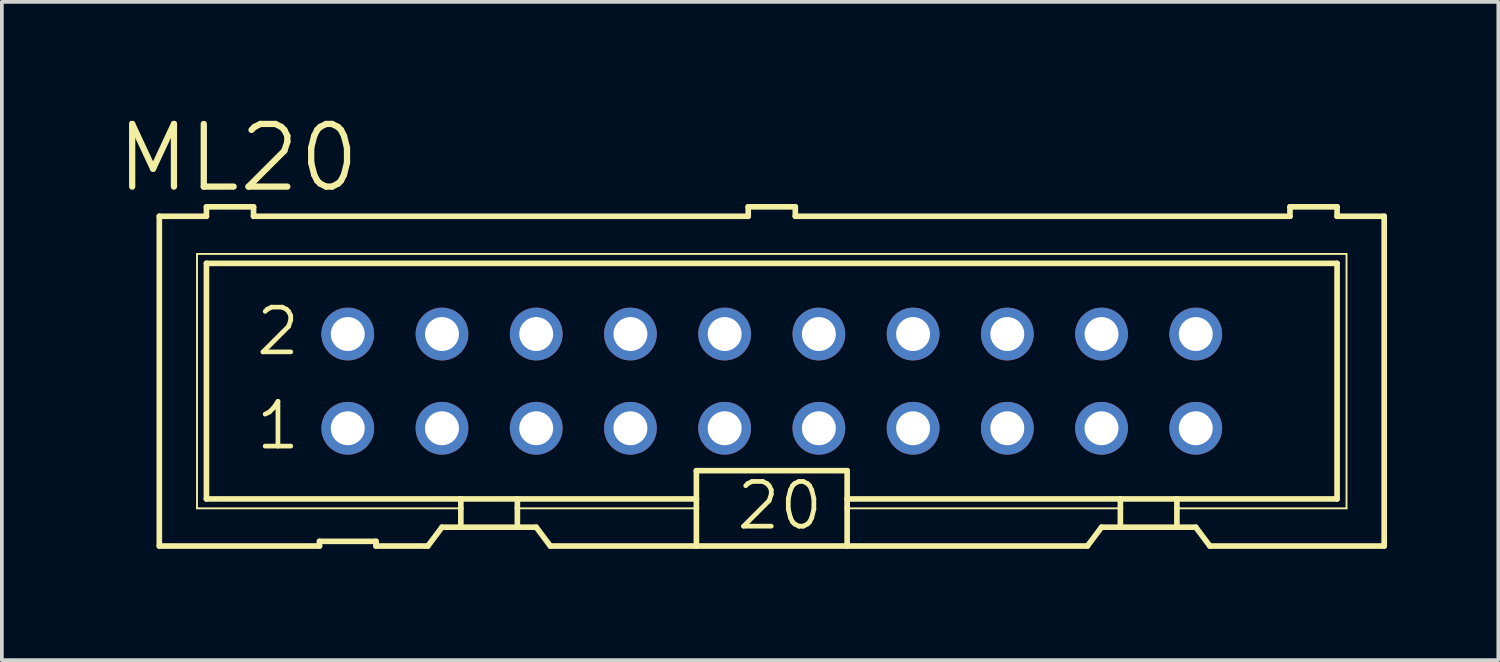
<source format=kicad_pcb>
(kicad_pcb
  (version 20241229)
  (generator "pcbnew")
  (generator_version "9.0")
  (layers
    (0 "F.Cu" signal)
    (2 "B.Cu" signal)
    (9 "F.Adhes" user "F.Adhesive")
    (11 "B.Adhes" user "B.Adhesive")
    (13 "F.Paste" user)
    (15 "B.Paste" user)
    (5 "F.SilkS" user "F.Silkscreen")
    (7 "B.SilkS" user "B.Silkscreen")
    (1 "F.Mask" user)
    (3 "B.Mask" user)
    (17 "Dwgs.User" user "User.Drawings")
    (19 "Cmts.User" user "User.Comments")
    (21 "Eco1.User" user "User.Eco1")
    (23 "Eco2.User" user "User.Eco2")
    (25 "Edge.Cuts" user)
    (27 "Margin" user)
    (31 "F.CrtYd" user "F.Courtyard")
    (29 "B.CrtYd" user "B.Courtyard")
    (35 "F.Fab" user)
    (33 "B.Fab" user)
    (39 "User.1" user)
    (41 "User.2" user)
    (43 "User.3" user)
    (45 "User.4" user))
  (footprint "ML20"
    (layer "F.Cu")
    (at 17.755 7.225)
    (property "Reference" "ML20" (at -17.755 -5.029 180) (layer "F.SilkS") (effects (font (size 1.689 1.689) (thickness 0.169)) (justify left bottom)))
    (attr through_hole)
    (fp_line (start -16.51 -4.445) (end -16.51 4.445) (stroke (width 0.152) (type solid)) (layer "F.SilkS"))
    (fp_line (start -16.51 -4.445) (end -15.24 -4.445) (stroke (width 0.152) (type solid)) (layer "F.SilkS"))
    (fp_line (start -16.51 4.445) (end -12.192 4.445) (stroke (width 0.152) (type solid)) (layer "F.SilkS"))
    (fp_line (start -15.494 -3.429) (end -15.494 3.429) (stroke (width 0.051) (type solid)) (layer "F.SilkS"))
    (fp_line (start -15.494 3.429) (end -8.382 3.429) (stroke (width 0.051) (type solid)) (layer "F.SilkS"))
    (fp_line (start -15.24 -4.699) (end -15.24 -4.445) (stroke (width 0.152) (type solid)) (layer "F.SilkS"))
    (fp_line (start -15.24 -3.175) (end -15.24 3.175) (stroke (width 0.152) (type solid)) (layer "F.SilkS"))
    (fp_line (start -15.24 -3.175) (end 15.24 -3.175) (stroke (width 0.152) (type solid)) (layer "F.SilkS"))
    (fp_line (start -13.97 -4.699) (end -15.24 -4.699) (stroke (width 0.152) (type solid)) (layer "F.SilkS"))
    (fp_line (start -13.97 -4.699) (end -13.97 -4.445) (stroke (width 0.152) (type solid)) (layer "F.SilkS"))
    (fp_line (start -13.97 -4.445) (end -0.635 -4.445) (stroke (width 0.152) (type solid)) (layer "F.SilkS"))
    (fp_line (start -12.192 4.318) (end -12.192 4.445) (stroke (width 0.152) (type solid)) (layer "F.SilkS"))
    (fp_line (start -12.192 4.318) (end -10.668 4.318) (stroke (width 0.152) (type solid)) (layer "F.SilkS"))
    (fp_line (start -10.668 4.445) (end -10.668 4.318) (stroke (width 0.152) (type solid)) (layer "F.SilkS"))
    (fp_line (start -10.668 4.445) (end -9.271 4.445) (stroke (width 0.152) (type solid)) (layer "F.SilkS"))
    (fp_line (start -9.271 4.445) (end -8.89 3.937) (stroke (width 0.152) (type solid)) (layer "F.SilkS"))
    (fp_line (start -8.382 3.175) (end -15.24 3.175) (stroke (width 0.152) (type solid)) (layer "F.SilkS"))
    (fp_line (start -8.382 3.175) (end -8.382 3.429) (stroke (width 0.152) (type solid)) (layer "F.SilkS"))
    (fp_line (start -8.382 3.429) (end -8.382 3.937) (stroke (width 0.152) (type solid)) (layer "F.SilkS"))
    (fp_line (start -8.382 3.937) (end -8.89 3.937) (stroke (width 0.152) (type solid)) (layer "F.SilkS"))
    (fp_line (start -6.858 3.175) (end -8.382 3.175) (stroke (width 0.152) (type solid)) (layer "F.SilkS"))
    (fp_line (start -6.858 3.175) (end -6.858 3.429) (stroke (width 0.152) (type solid)) (layer "F.SilkS"))
    (fp_line (start -6.858 3.429) (end -6.858 3.937) (stroke (width 0.152) (type solid)) (layer "F.SilkS"))
    (fp_line (start -6.858 3.429) (end -2.032 3.429) (stroke (width 0.051) (type solid)) (layer "F.SilkS"))
    (fp_line (start -6.858 3.937) (end -8.382 3.937) (stroke (width 0.152) (type solid)) (layer "F.SilkS"))
    (fp_line (start -6.35 3.937) (end -6.858 3.937) (stroke (width 0.152) (type solid)) (layer "F.SilkS"))
    (fp_line (start -6.35 3.937) (end -5.969 4.445) (stroke (width 0.152) (type solid)) (layer "F.SilkS"))
    (fp_line (start -5.969 4.445) (end -2.032 4.445) (stroke (width 0.152) (type solid)) (layer "F.SilkS"))
    (fp_line (start -2.032 3.175) (end -6.858 3.175) (stroke (width 0.152) (type solid)) (layer "F.SilkS"))
    (fp_line (start -2.032 3.175) (end -2.032 2.413) (stroke (width 0.152) (type solid)) (layer "F.SilkS"))
    (fp_line (start -2.032 3.175) (end -2.032 3.429) (stroke (width 0.152) (type solid)) (layer "F.SilkS"))
    (fp_line (start -2.032 3.429) (end -2.032 4.445) (stroke (width 0.152) (type solid)) (layer "F.SilkS"))
    (fp_line (start -0.635 -4.699) (end -0.635 -4.445) (stroke (width 0.152) (type solid)) (layer "F.SilkS"))
    (fp_line (start 0.635 -4.699) (end -0.635 -4.699) (stroke (width 0.152) (type solid)) (layer "F.SilkS"))
    (fp_line (start 0.635 -4.699) (end 0.635 -4.445) (stroke (width 0.152) (type solid)) (layer "F.SilkS"))
    (fp_line (start 0.635 -4.445) (end 13.97 -4.445) (stroke (width 0.152) (type solid)) (layer "F.SilkS"))
    (fp_line (start 2.032 2.413) (end -2.032 2.413) (stroke (width 0.152) (type solid)) (layer "F.SilkS"))
    (fp_line (start 2.032 2.413) (end 2.032 3.175) (stroke (width 0.152) (type solid)) (layer "F.SilkS"))
    (fp_line (start 2.032 3.175) (end 2.032 3.429) (stroke (width 0.152) (type solid)) (layer "F.SilkS"))
    (fp_line (start 2.032 3.429) (end 2.032 4.445) (stroke (width 0.152) (type solid)) (layer "F.SilkS"))
    (fp_line (start 2.032 4.445) (end -2.032 4.445) (stroke (width 0.152) (type solid)) (layer "F.SilkS"))
    (fp_line (start 8.509 4.445) (end 2.032 4.445) (stroke (width 0.152) (type solid)) (layer "F.SilkS"))
    (fp_line (start 8.509 4.445) (end 8.89 3.937) (stroke (width 0.152) (type solid)) (layer "F.SilkS"))
    (fp_line (start 9.398 3.175) (end 2.032 3.175) (stroke (width 0.152) (type solid)) (layer "F.SilkS"))
    (fp_line (start 9.398 3.175) (end 9.398 3.429) (stroke (width 0.152) (type solid)) (layer "F.SilkS"))
    (fp_line (start 9.398 3.429) (end 2.032 3.429) (stroke (width 0.051) (type solid)) (layer "F.SilkS"))
    (fp_line (start 9.398 3.429) (end 9.398 3.937) (stroke (width 0.152) (type solid)) (layer "F.SilkS"))
    (fp_line (start 9.398 3.937) (end 8.89 3.937) (stroke (width 0.152) (type solid)) (layer "F.SilkS"))
    (fp_line (start 10.922 3.175) (end 9.398 3.175) (stroke (width 0.152) (type solid)) (layer "F.SilkS"))
    (fp_line (start 10.922 3.175) (end 10.922 3.429) (stroke (width 0.152) (type solid)) (layer "F.SilkS"))
    (fp_line (start 10.922 3.429) (end 10.922 3.937) (stroke (width 0.152) (type solid)) (layer "F.SilkS"))
    (fp_line (start 10.922 3.429) (end 15.494 3.429) (stroke (width 0.051) (type solid)) (layer "F.SilkS"))
    (fp_line (start 10.922 3.937) (end 9.398 3.937) (stroke (width 0.152) (type solid)) (layer "F.SilkS"))
    (fp_line (start 11.43 3.937) (end 10.922 3.937) (stroke (width 0.152) (type solid)) (layer "F.SilkS"))
    (fp_line (start 11.43 3.937) (end 11.811 4.445) (stroke (width 0.152) (type solid)) (layer "F.SilkS"))
    (fp_line (start 13.97 -4.445) (end 13.97 -4.699) (stroke (width 0.152) (type solid)) (layer "F.SilkS"))
    (fp_line (start 15.24 -4.699) (end 13.97 -4.699) (stroke (width 0.152) (type solid)) (layer "F.SilkS"))
    (fp_line (start 15.24 -4.445) (end 15.24 -4.699) (stroke (width 0.152) (type solid)) (layer "F.SilkS"))
    (fp_line (start 15.24 -4.445) (end 16.51 -4.445) (stroke (width 0.152) (type solid)) (layer "F.SilkS"))
    (fp_line (start 15.24 3.175) (end 10.922 3.175) (stroke (width 0.152) (type solid)) (layer "F.SilkS"))
    (fp_line (start 15.24 3.175) (end 15.24 -3.175) (stroke (width 0.152) (type solid)) (layer "F.SilkS"))
    (fp_line (start 15.494 -3.429) (end -15.494 -3.429) (stroke (width 0.051) (type solid)) (layer "F.SilkS"))
    (fp_line (start 15.494 3.429) (end 15.494 -3.429) (stroke (width 0.051) (type solid)) (layer "F.SilkS"))
    (fp_line (start 16.51 4.445) (end 11.811 4.445) (stroke (width 0.152) (type solid)) (layer "F.SilkS"))
    (fp_line (start 16.51 4.445) (end 16.51 -4.445) (stroke (width 0.152) (type solid)) (layer "F.SilkS"))
    (fp_poly (pts (xy -11.684 -1.016) (xy -11.176 -1.016) (xy -11.176 -1.524) (xy -11.684 -1.524)) (stroke (width 0.1) (type solid)) (fill no) (layer "F.Fab"))
    (fp_poly (pts (xy -11.684 1.524) (xy -11.176 1.524) (xy -11.176 1.016) (xy -11.684 1.016)) (stroke (width 0.1) (type solid)) (fill no) (layer "F.Fab"))
    (fp_poly (pts (xy -9.144 -1.016) (xy -8.636 -1.016) (xy -8.636 -1.524) (xy -9.144 -1.524)) (stroke (width 0.1) (type solid)) (fill no) (layer "F.Fab"))
    (fp_poly (pts (xy -9.144 1.524) (xy -8.636 1.524) (xy -8.636 1.016) (xy -9.144 1.016)) (stroke (width 0.1) (type solid)) (fill no) (layer "F.Fab"))
    (fp_poly (pts (xy -6.604 -1.016) (xy -6.096 -1.016) (xy -6.096 -1.524) (xy -6.604 -1.524)) (stroke (width 0.1) (type solid)) (fill no) (layer "F.Fab"))
    (fp_poly (pts (xy -6.604 1.524) (xy -6.096 1.524) (xy -6.096 1.016) (xy -6.604 1.016)) (stroke (width 0.1) (type solid)) (fill no) (layer "F.Fab"))
    (fp_poly (pts (xy -4.064 -1.016) (xy -3.556 -1.016) (xy -3.556 -1.524) (xy -4.064 -1.524)) (stroke (width 0.1) (type solid)) (fill no) (layer "F.Fab"))
    (fp_poly (pts (xy -4.064 1.524) (xy -3.556 1.524) (xy -3.556 1.016) (xy -4.064 1.016)) (stroke (width 0.1) (type solid)) (fill no) (layer "F.Fab"))
    (fp_poly (pts (xy -1.524 -1.016) (xy -1.016 -1.016) (xy -1.016 -1.524) (xy -1.524 -1.524)) (stroke (width 0.1) (type solid)) (fill no) (layer "F.Fab"))
    (fp_poly (pts (xy -1.524 1.524) (xy -1.016 1.524) (xy -1.016 1.016) (xy -1.524 1.016)) (stroke (width 0.1) (type solid)) (fill no) (layer "F.Fab"))
    (fp_poly (pts (xy 1.016 -1.016) (xy 1.524 -1.016) (xy 1.524 -1.524) (xy 1.016 -1.524)) (stroke (width 0.1) (type solid)) (fill no) (layer "F.Fab"))
    (fp_poly (pts (xy 1.016 1.524) (xy 1.524 1.524) (xy 1.524 1.016) (xy 1.016 1.016)) (stroke (width 0.1) (type solid)) (fill no) (layer "F.Fab"))
    (fp_poly (pts (xy 3.556 -1.016) (xy 4.064 -1.016) (xy 4.064 -1.524) (xy 3.556 -1.524)) (stroke (width 0.1) (type solid)) (fill no) (layer "F.Fab"))
    (fp_poly (pts (xy 3.556 1.524) (xy 4.064 1.524) (xy 4.064 1.016) (xy 3.556 1.016)) (stroke (width 0.1) (type solid)) (fill no) (layer "F.Fab"))
    (fp_poly (pts (xy 6.096 -1.016) (xy 6.604 -1.016) (xy 6.604 -1.524) (xy 6.096 -1.524)) (stroke (width 0.1) (type solid)) (fill no) (layer "F.Fab"))
    (fp_poly (pts (xy 6.096 1.524) (xy 6.604 1.524) (xy 6.604 1.016) (xy 6.096 1.016)) (stroke (width 0.1) (type solid)) (fill no) (layer "F.Fab"))
    (fp_poly (pts (xy 8.636 -1.016) (xy 9.144 -1.016) (xy 9.144 -1.524) (xy 8.636 -1.524)) (stroke (width 0.1) (type solid)) (fill no) (layer "F.Fab"))
    (fp_poly (pts (xy 8.636 1.524) (xy 9.144 1.524) (xy 9.144 1.016) (xy 8.636 1.016)) (stroke (width 0.1) (type solid)) (fill no) (layer "F.Fab"))
    (fp_poly (pts (xy 11.176 -1.016) (xy 11.684 -1.016) (xy 11.684 -1.524) (xy 11.176 -1.524)) (stroke (width 0.1) (type solid)) (fill no) (layer "F.Fab"))
    (fp_poly (pts (xy 11.176 1.524) (xy 11.684 1.524) (xy 11.684 1.016) (xy 11.176 1.016)) (stroke (width 0.1) (type solid)) (fill no) (layer "F.Fab"))
    (fp_text user "20" (at -1.016 4.064 0) (layer "F.SilkS") (effects (font (size 1.206 1.206) (thickness 0.127)) (justify left bottom)))
    (fp_text user "1" (at -13.97 1.905 0) (layer "F.SilkS") (effects (font (size 1.206 1.206) (thickness 0.127)) (justify left bottom)))
    (fp_text user "2" (at -13.97 -0.635 0) (layer "F.SilkS") (effects (font (size 1.206 1.206) (thickness 0.127)) (justify left bottom)))
    (pad "1" thru_hole circle (at -11.43 1.27) (size 1.422 1.422) (drill 0.914) (layers "*.Cu" "*.Mask"))
    (pad "2" thru_hole circle (at -11.43 -1.27) (size 1.422 1.422) (drill 0.914) (layers "*.Cu" "*.Mask"))
    (pad "3" thru_hole circle (at -8.89 1.27) (size 1.422 1.422) (drill 0.914) (layers "*.Cu" "*.Mask"))
    (pad "4" thru_hole circle (at -8.89 -1.27) (size 1.422 1.422) (drill 0.914) (layers "*.Cu" "*.Mask"))
    (pad "5" thru_hole circle (at -6.35 1.27) (size 1.422 1.422) (drill 0.914) (layers "*.Cu" "*.Mask"))
    (pad "6" thru_hole circle (at -6.35 -1.27) (size 1.422 1.422) (drill 0.914) (layers "*.Cu" "*.Mask"))
    (pad "7" thru_hole circle (at -3.81 1.27) (size 1.422 1.422) (drill 0.914) (layers "*.Cu" "*.Mask"))
    (pad "8" thru_hole circle (at -3.81 -1.27) (size 1.422 1.422) (drill 0.914) (layers "*.Cu" "*.Mask"))
    (pad "9" thru_hole circle (at -1.27 1.27) (size 1.422 1.422) (drill 0.914) (layers "*.Cu" "*.Mask"))
    (pad "10" thru_hole circle (at -1.27 -1.27) (size 1.422 1.422) (drill 0.914) (layers "*.Cu" "*.Mask"))
    (pad "11" thru_hole circle (at 1.27 1.27) (size 1.422 1.422) (drill 0.914) (layers "*.Cu" "*.Mask"))
    (pad "12" thru_hole circle (at 1.27 -1.27) (size 1.422 1.422) (drill 0.914) (layers "*.Cu" "*.Mask"))
    (pad "13" thru_hole circle (at 3.81 1.27) (size 1.422 1.422) (drill 0.914) (layers "*.Cu" "*.Mask"))
    (pad "14" thru_hole circle (at 3.81 -1.27) (size 1.422 1.422) (drill 0.914) (layers "*.Cu" "*.Mask"))
    (pad "15" thru_hole circle (at 6.35 1.27) (size 1.422 1.422) (drill 0.914) (layers "*.Cu" "*.Mask"))
    (pad "16" thru_hole circle (at 6.35 -1.27) (size 1.422 1.422) (drill 0.914) (layers "*.Cu" "*.Mask"))
    (pad "17" thru_hole circle (at 8.89 1.27) (size 1.422 1.422) (drill 0.914) (layers "*.Cu" "*.Mask"))
    (pad "18" thru_hole circle (at 8.89 -1.27) (size 1.422 1.422) (drill 0.914) (layers "*.Cu" "*.Mask"))
    (pad "19" thru_hole circle (at 11.43 1.27) (size 1.422 1.422) (drill 0.914) (layers "*.Cu" "*.Mask"))
    (pad "20" thru_hole circle (at 11.43 -1.27) (size 1.422 1.422) (drill 0.914) (layers "*.Cu" "*.Mask")))
  (gr_rect
    (start -3 -3)
    (end 37.341 14.746)
    (stroke (width 0.1) (type default))
    (fill no)
    (layer "Edge.Cuts")))
</source>
